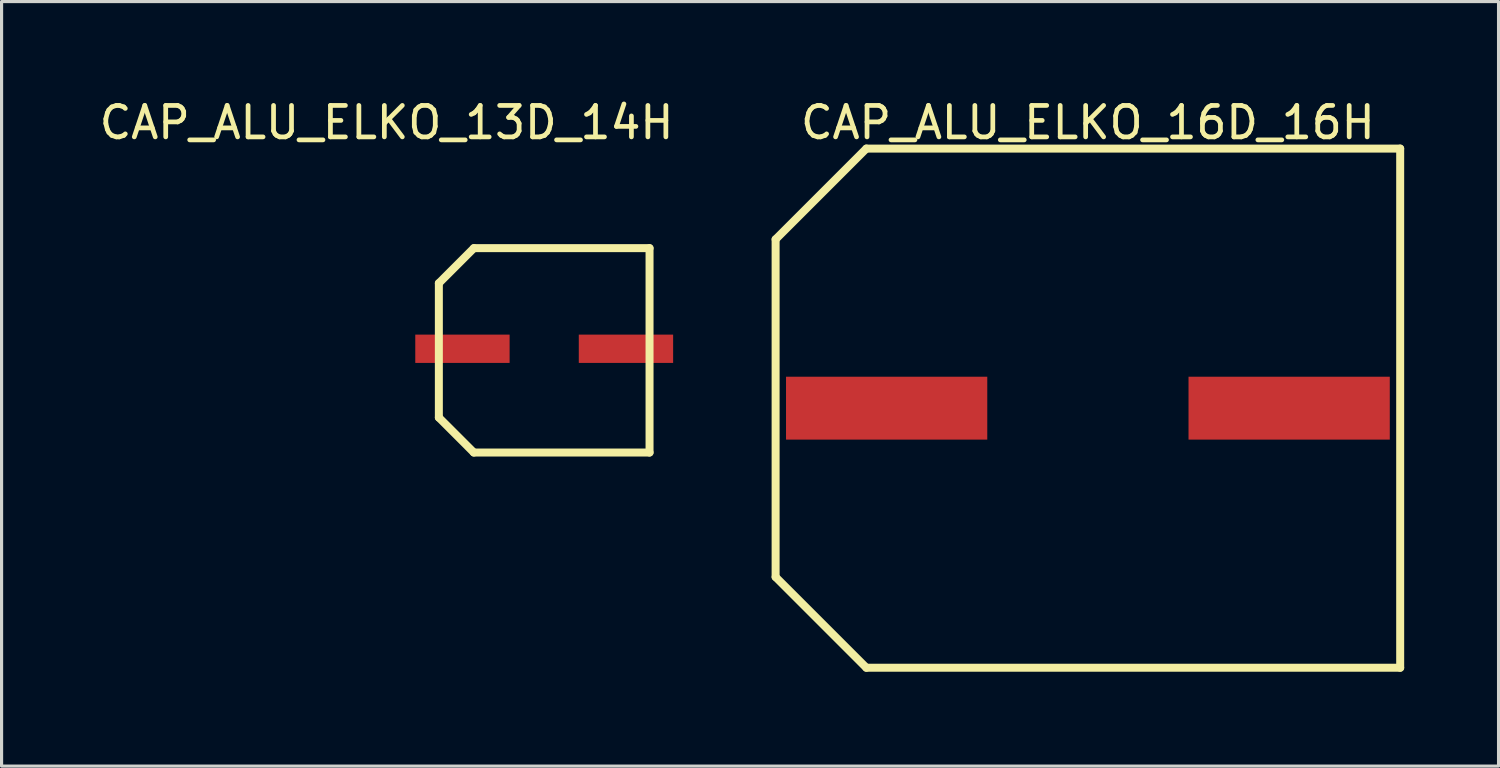
<source format=kicad_pcb>
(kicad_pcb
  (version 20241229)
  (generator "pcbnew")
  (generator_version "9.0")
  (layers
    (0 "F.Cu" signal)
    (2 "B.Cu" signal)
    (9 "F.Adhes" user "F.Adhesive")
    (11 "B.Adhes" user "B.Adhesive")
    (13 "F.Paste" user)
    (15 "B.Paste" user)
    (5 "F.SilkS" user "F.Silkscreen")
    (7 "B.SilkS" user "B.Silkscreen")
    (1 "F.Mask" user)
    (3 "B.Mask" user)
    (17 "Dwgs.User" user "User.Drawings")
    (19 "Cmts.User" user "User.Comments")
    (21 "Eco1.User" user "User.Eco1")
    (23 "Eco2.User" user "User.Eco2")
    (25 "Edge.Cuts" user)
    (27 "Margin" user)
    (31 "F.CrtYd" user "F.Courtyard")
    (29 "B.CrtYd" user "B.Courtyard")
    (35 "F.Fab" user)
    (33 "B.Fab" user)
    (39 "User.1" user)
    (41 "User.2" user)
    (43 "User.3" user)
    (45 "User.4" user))
  (footprint "CAP_ALU_ELKO_13D_14H"
    (layer "F.Cu")
    (at 0.383 1.798)
    (property "Reference" "CAP_ALU_ELKO_13D_14H" (at 8.861 -0.95 0) (layer "F.SilkS") (effects (font (size 1 1) (thickness 0.15))))
    (fp_line (start 10.523 4.158) (end 11.637 3.043) (stroke (width 0.254) (type solid)) (layer "F.SilkS"))
    (fp_line (start 10.523 8.43) (end 10.523 4.158) (stroke (width 0.254) (type solid)) (layer "F.SilkS"))
    (fp_line (start 10.523 8.43) (end 11.636 9.543) (stroke (width 0.254) (type solid)) (layer "F.SilkS"))
    (fp_line (start 11.636 9.543) (end 17.223 9.543) (stroke (width 0.254) (type solid)) (layer "F.SilkS"))
    (fp_line (start 11.637 3.043) (end 17.223 3.043) (stroke (width 0.254) (type solid)) (layer "F.SilkS"))
    (fp_line (start 17.223 9.543) (end 17.223 3.043) (stroke (width 0.254) (type solid)) (layer "F.SilkS"))
    (pad "N" smd rect (at 16.473 6.243) (size 3 0.9) (layers "F.Cu" "F.Mask" "F.Paste"))
    (pad "P" smd rect (at 11.273 6.243) (size 3 0.9) (layers "F.Cu" "F.Mask" "F.Paste")))
  (footprint "CAP_ALU_ELKO_16D_16H"
    (layer "F.Cu")
    (at 31.546 9.93)
    (property "Reference" "CAP_ALU_ELKO_16D_16H" (at 0 -9.082 0) (layer "F.SilkS") (effects (font (size 1 1) (thickness 0.15))))
    (fp_line (start -9.931 -5.369) (end -7.045 -8.255) (stroke (width 0.254) (type solid)) (layer "F.SilkS"))
    (fp_line (start -9.931 5.369) (end -9.931 -5.369) (stroke (width 0.254) (type solid)) (layer "F.SilkS"))
    (fp_line (start -9.931 5.369) (end -7.045 8.255) (stroke (width 0.254) (type solid)) (layer "F.SilkS"))
    (fp_line (start -7.045 -8.255) (end 9.931 -8.255) (stroke (width 0.254) (type solid)) (layer "F.SilkS"))
    (fp_line (start -7.045 8.255) (end 9.931 8.255) (stroke (width 0.254) (type solid)) (layer "F.SilkS"))
    (fp_line (start 9.931 8.255) (end 9.931 -8.255) (stroke (width 0.254) (type solid)) (layer "F.SilkS"))
    (pad "N" smd rect (at 6.4 0) (size 6.4 2) (layers "F.Cu" "F.Mask" "F.Paste"))
    (pad "P" smd rect (at -6.4 0) (size 6.4 2) (layers "F.Cu" "F.Mask" "F.Paste")))
  (gr_rect
    (start -3 -3)
    (end 44.605 21.312)
    (stroke (width 0.1) (type default))
    (fill no)
    (layer "Edge.Cuts")))
</source>
